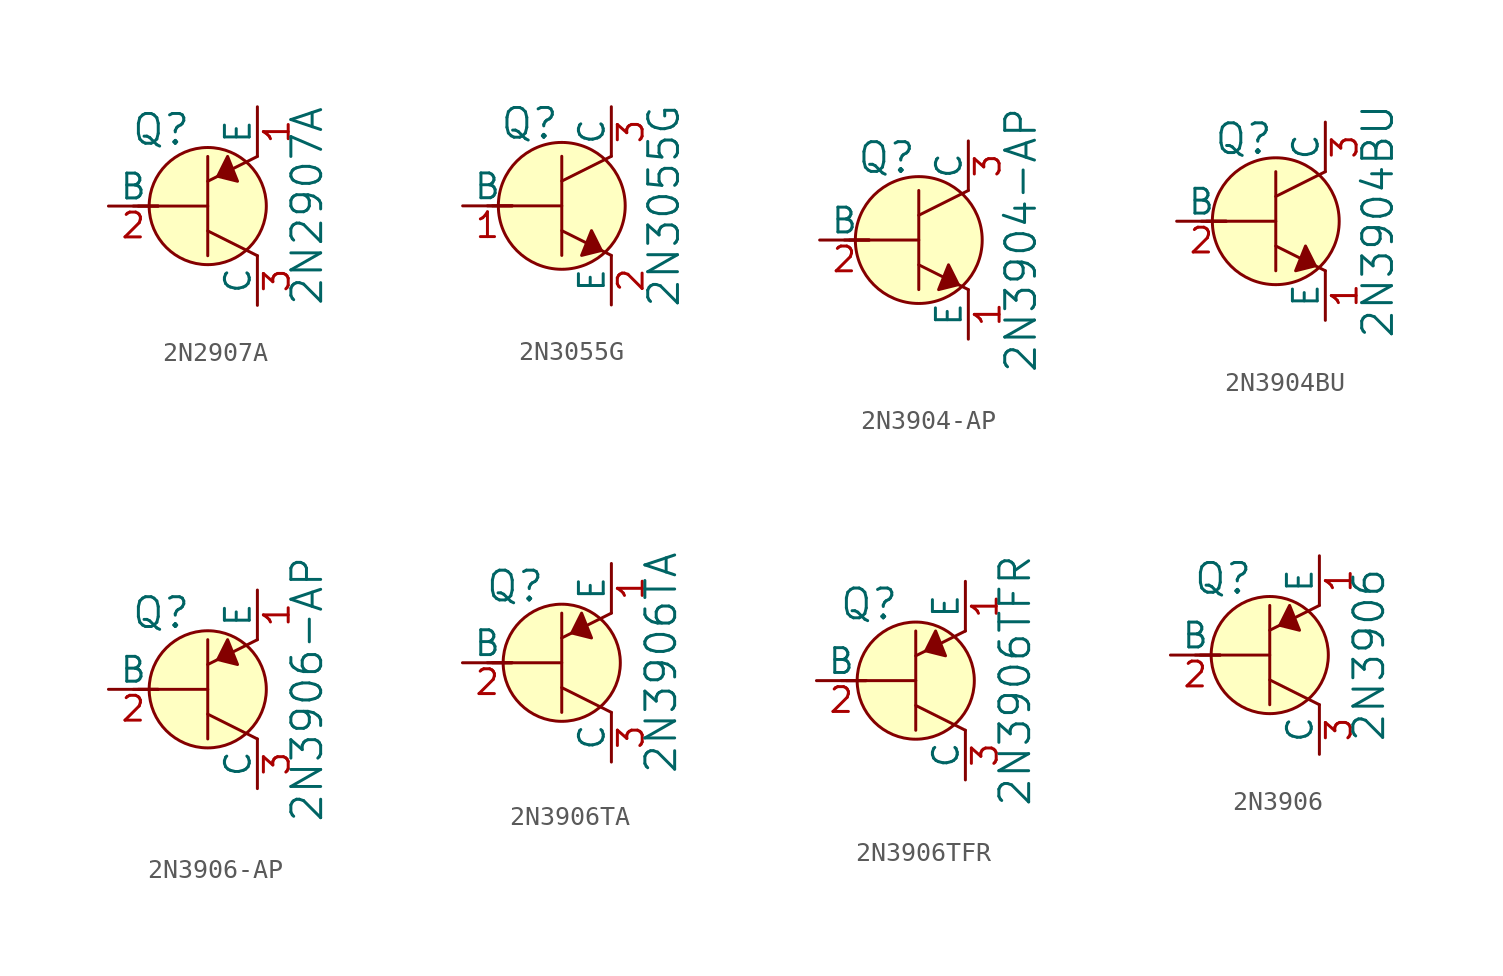
<source format=kicad_sym>
(kicad_symbol_lib
  (version 20220914)
  (generator kicad_symbol_editor)
  (symbol "2N2907A"
    (pin_names
      (offset 0))
    (property "Reference" "Q"
      (at -2.388 3.912 0)
      (effects (font (size 1.524 1.524))))
    (property "Value" "2N2907A"
      (at 5.08 0 90)
      (effects (font (size 1.524 1.524))))
    (symbol "2N2907A_0_1"
      (polyline (pts (xy -3.81 0) (xy -2.54 0)) (stroke (width 0) (type default)) (fill (type none)))
      (polyline (pts (xy -3.556 0) (xy 0 0)) (stroke (width 0) (type default)) (fill (type none)))
      (polyline (pts (xy 0 -1.27) (xy 2.54 -2.54)) (stroke (width 0) (type default)) (fill (type none)))
      (polyline (pts (xy 0 1.27) (xy 2.54 2.54)) (stroke (width 0) (type default)) (fill (type none)))
      (polyline (pts (xy 0 2.54) (xy 0 -2.54)) (stroke (width 0) (type default)) (fill (type none)))
      (polyline (pts (xy 1.016 2.54) (xy 0.508 1.524) (xy 1.524 1.27) (xy 1.016 2.54)) (stroke (width 0) (type default)) (fill (type outline)))
      (circle (center 0 0) (radius 2.997) (stroke (width 0) (type default)) (fill (type background))))
    (symbol "2N2907A_1_1"
      (pin passive line (at 2.54 5.08 270) (length 2.54) (name "E" (effects (font (size 1.27 1.27)))) (number "1" (effects (font (size 1.27 1.27)))))
      (pin input line (at -5.08 0 0) (length 2.54) (name "B" (effects (font (size 1.27 1.27)))) (number "2" (effects (font (size 1.27 1.27)))))
      (pin passive line (at 2.54 -5.08 90) (length 2.54) (name "C" (effects (font (size 1.27 1.27)))) (number "3" (effects (font (size 1.27 1.27)))))))
  (symbol "2N3055G"
    (pin_names
      (offset 0))
    (property "Reference" "Q"
      (at -3.2 4.216 0)
      (effects (font (size 1.524 1.524)) (justify left)))
    (property "Value" "2N3055G"
      (at 5.232 0 90)
      (effects (font (size 1.524 1.524))))
    (symbol "2N3055G_0_1"
      (polyline (pts (xy -3.81 0) (xy -2.54 0)) (stroke (width 0) (type default)) (fill (type none)))
      (polyline (pts (xy -3.556 0) (xy 0 0)) (stroke (width 0) (type default)) (fill (type none)))
      (polyline (pts (xy 0 -1.27) (xy 2.54 -2.54)) (stroke (width 0) (type default)) (fill (type none)))
      (polyline (pts (xy 0 1.27) (xy 2.54 2.54)) (stroke (width 0) (type default)) (fill (type none)))
      (polyline (pts (xy 0 2.54) (xy 0 -2.54)) (stroke (width 0) (type default)) (fill (type none)))
      (polyline (pts (xy 1.524 -1.27) (xy 2.032 -2.286) (xy 1.016 -2.54) (xy 1.524 -1.27)) (stroke (width 0) (type default)) (fill (type outline)))
      (circle (center 0 0) (radius 3.251) (stroke (width 0) (type default)) (fill (type background))))
    (symbol "2N3055G_1_1"
      (pin input line (at -5.08 0 0) (length 2.54) (name "B" (effects (font (size 1.27 1.27)))) (number "1" (effects (font (size 1.27 1.27)))))
      (pin passive line (at 2.54 -5.08 90) (length 2.54) (name "E" (effects (font (size 1.27 1.27)))) (number "2" (effects (font (size 1.27 1.27)))))
      (pin passive line (at 2.54 5.08 270) (length 2.54) (name "C" (effects (font (size 1.27 1.27)))) (number "3" (effects (font (size 1.27 1.27)))))))
  (symbol "2N3904-AP"
    (pin_names
      (offset 0))
    (property "Reference" "Q"
      (at -3.2 4.216 0)
      (effects (font (size 1.524 1.524)) (justify left)))
    (property "Value" "2N3904-AP"
      (at 5.232 0 90)
      (effects (font (size 1.524 1.524))))
    (symbol "2N3904-AP_0_1"
      (polyline (pts (xy -3.81 0) (xy -2.54 0)) (stroke (width 0) (type default)) (fill (type none)))
      (polyline (pts (xy -3.556 0) (xy 0 0)) (stroke (width 0) (type default)) (fill (type none)))
      (polyline (pts (xy 0 -1.27) (xy 2.54 -2.54)) (stroke (width 0) (type default)) (fill (type none)))
      (polyline (pts (xy 0 1.27) (xy 2.54 2.54)) (stroke (width 0) (type default)) (fill (type none)))
      (polyline (pts (xy 0 2.54) (xy 0 -2.54)) (stroke (width 0) (type default)) (fill (type none)))
      (polyline (pts (xy 1.524 -1.27) (xy 2.032 -2.286) (xy 1.016 -2.54) (xy 1.524 -1.27)) (stroke (width 0) (type default)) (fill (type outline)))
      (circle (center 0 0) (radius 3.251) (stroke (width 0) (type default)) (fill (type background))))
    (symbol "2N3904-AP_1_1"
      (pin passive line (at 2.54 -5.08 90) (length 2.54) (name "E" (effects (font (size 1.27 1.27)))) (number "1" (effects (font (size 1.27 1.27)))))
      (pin input line (at -5.08 0 0) (length 2.54) (name "B" (effects (font (size 1.27 1.27)))) (number "2" (effects (font (size 1.27 1.27)))))
      (pin passive line (at 2.54 5.08 270) (length 2.54) (name "C" (effects (font (size 1.27 1.27)))) (number "3" (effects (font (size 1.27 1.27)))))))
  (symbol "2N3904BU"
    (pin_names
      (offset 0))
    (property "Reference" "Q"
      (at -3.2 4.216 0)
      (effects (font (size 1.524 1.524)) (justify left)))
    (property "Value" "2N3904BU"
      (at 5.232 0 90)
      (effects (font (size 1.524 1.524))))
    (symbol "2N3904BU_0_1"
      (polyline (pts (xy -3.81 0) (xy -2.54 0)) (stroke (width 0) (type default)) (fill (type none)))
      (polyline (pts (xy -3.556 0) (xy 0 0)) (stroke (width 0) (type default)) (fill (type none)))
      (polyline (pts (xy 0 -1.27) (xy 2.54 -2.54)) (stroke (width 0) (type default)) (fill (type none)))
      (polyline (pts (xy 0 1.27) (xy 2.54 2.54)) (stroke (width 0) (type default)) (fill (type none)))
      (polyline (pts (xy 0 2.54) (xy 0 -2.54)) (stroke (width 0) (type default)) (fill (type none)))
      (polyline (pts (xy 1.524 -1.27) (xy 2.032 -2.286) (xy 1.016 -2.54) (xy 1.524 -1.27)) (stroke (width 0) (type default)) (fill (type outline)))
      (circle (center 0 0) (radius 3.251) (stroke (width 0) (type default)) (fill (type background))))
    (symbol "2N3904BU_1_1"
      (pin passive line (at 2.54 -5.08 90) (length 2.54) (name "E" (effects (font (size 1.27 1.27)))) (number "1" (effects (font (size 1.27 1.27)))))
      (pin input line (at -5.08 0 0) (length 2.54) (name "B" (effects (font (size 1.27 1.27)))) (number "2" (effects (font (size 1.27 1.27)))))
      (pin passive line (at 2.54 5.08 270) (length 2.54) (name "C" (effects (font (size 1.27 1.27)))) (number "3" (effects (font (size 1.27 1.27)))))))
  (symbol "2N3906-AP"
    (pin_names
      (offset 0))
    (property "Reference" "Q"
      (at -2.388 3.912 0)
      (effects (font (size 1.524 1.524))))
    (property "Value" "2N3906-AP"
      (at 5.08 0 90)
      (effects (font (size 1.524 1.524))))
    (symbol "2N3906-AP_0_1"
      (polyline (pts (xy -3.81 0) (xy -2.54 0)) (stroke (width 0) (type default)) (fill (type none)))
      (polyline (pts (xy -3.556 0) (xy 0 0)) (stroke (width 0) (type default)) (fill (type none)))
      (polyline (pts (xy 0 -1.27) (xy 2.54 -2.54)) (stroke (width 0) (type default)) (fill (type none)))
      (polyline (pts (xy 0 1.27) (xy 2.54 2.54)) (stroke (width 0) (type default)) (fill (type none)))
      (polyline (pts (xy 0 2.54) (xy 0 -2.54)) (stroke (width 0) (type default)) (fill (type none)))
      (polyline (pts (xy 1.016 2.54) (xy 0.508 1.524) (xy 1.524 1.27) (xy 1.016 2.54)) (stroke (width 0) (type default)) (fill (type outline)))
      (circle (center 0 0) (radius 2.997) (stroke (width 0) (type default)) (fill (type background))))
    (symbol "2N3906-AP_1_1"
      (pin passive line (at 2.54 5.08 270) (length 2.54) (name "E" (effects (font (size 1.27 1.27)))) (number "1" (effects (font (size 1.27 1.27)))))
      (pin input line (at -5.08 0 0) (length 2.54) (name "B" (effects (font (size 1.27 1.27)))) (number "2" (effects (font (size 1.27 1.27)))))
      (pin passive line (at 2.54 -5.08 90) (length 2.54) (name "C" (effects (font (size 1.27 1.27)))) (number "3" (effects (font (size 1.27 1.27)))))))
  (symbol "2N3906TA"
    (pin_names
      (offset 0))
    (property "Reference" "Q"
      (at -2.388 3.912 0)
      (effects (font (size 1.524 1.524))))
    (property "Value" "2N3906TA"
      (at 5.08 0 90)
      (effects (font (size 1.524 1.524))))
    (symbol "2N3906TA_0_1"
      (polyline (pts (xy -3.81 0) (xy -2.54 0)) (stroke (width 0) (type default)) (fill (type none)))
      (polyline (pts (xy -3.556 0) (xy 0 0)) (stroke (width 0) (type default)) (fill (type none)))
      (polyline (pts (xy 0 -1.27) (xy 2.54 -2.54)) (stroke (width 0) (type default)) (fill (type none)))
      (polyline (pts (xy 0 1.27) (xy 2.54 2.54)) (stroke (width 0) (type default)) (fill (type none)))
      (polyline (pts (xy 0 2.54) (xy 0 -2.54)) (stroke (width 0) (type default)) (fill (type none)))
      (polyline (pts (xy 1.016 2.54) (xy 0.508 1.524) (xy 1.524 1.27) (xy 1.016 2.54)) (stroke (width 0) (type default)) (fill (type outline)))
      (circle (center 0 0) (radius 2.997) (stroke (width 0) (type default)) (fill (type background))))
    (symbol "2N3906TA_1_1"
      (pin passive line (at 2.54 5.08 270) (length 2.54) (name "E" (effects (font (size 1.27 1.27)))) (number "1" (effects (font (size 1.27 1.27)))))
      (pin input line (at -5.08 0 0) (length 2.54) (name "B" (effects (font (size 1.27 1.27)))) (number "2" (effects (font (size 1.27 1.27)))))
      (pin passive line (at 2.54 -5.08 90) (length 2.54) (name "C" (effects (font (size 1.27 1.27)))) (number "3" (effects (font (size 1.27 1.27)))))))
  (symbol "2N3906TFR"
    (pin_names
      (offset 0))
    (property "Reference" "Q"
      (at -2.388 3.912 0)
      (effects (font (size 1.524 1.524))))
    (property "Value" "2N3906TFR"
      (at 5.08 0 90)
      (effects (font (size 1.524 1.524))))
    (symbol "2N3906TFR_0_1"
      (polyline (pts (xy -3.81 0) (xy -2.54 0)) (stroke (width 0) (type default)) (fill (type none)))
      (polyline (pts (xy -3.556 0) (xy 0 0)) (stroke (width 0) (type default)) (fill (type none)))
      (polyline (pts (xy 0 -1.27) (xy 2.54 -2.54)) (stroke (width 0) (type default)) (fill (type none)))
      (polyline (pts (xy 0 1.27) (xy 2.54 2.54)) (stroke (width 0) (type default)) (fill (type none)))
      (polyline (pts (xy 0 2.54) (xy 0 -2.54)) (stroke (width 0) (type default)) (fill (type none)))
      (polyline (pts (xy 1.016 2.54) (xy 0.508 1.524) (xy 1.524 1.27) (xy 1.016 2.54)) (stroke (width 0) (type default)) (fill (type outline)))
      (circle (center 0 0) (radius 2.997) (stroke (width 0) (type default)) (fill (type background))))
    (symbol "2N3906TFR_1_1"
      (pin passive line (at 2.54 5.08 270) (length 2.54) (name "E" (effects (font (size 1.27 1.27)))) (number "1" (effects (font (size 1.27 1.27)))))
      (pin input line (at -5.08 0 0) (length 2.54) (name "B" (effects (font (size 1.27 1.27)))) (number "2" (effects (font (size 1.27 1.27)))))
      (pin passive line (at 2.54 -5.08 90) (length 2.54) (name "C" (effects (font (size 1.27 1.27)))) (number "3" (effects (font (size 1.27 1.27)))))))
  (symbol "2N3906"
    (pin_names
      (offset 0))
    (property "Reference" "Q"
      (at -2.388 3.912 0)
      (effects (font (size 1.524 1.524))))
    (property "Value" "2N3906"
      (at 5.08 0 90)
      (effects (font (size 1.524 1.524))))
    (symbol "2N3906_0_1"
      (polyline (pts (xy -3.81 0) (xy -2.54 0)) (stroke (width 0) (type default)) (fill (type none)))
      (polyline (pts (xy -3.556 0) (xy 0 0)) (stroke (width 0) (type default)) (fill (type none)))
      (polyline (pts (xy 0 -1.27) (xy 2.54 -2.54)) (stroke (width 0) (type default)) (fill (type none)))
      (polyline (pts (xy 0 1.27) (xy 2.54 2.54)) (stroke (width 0) (type default)) (fill (type none)))
      (polyline (pts (xy 0 2.54) (xy 0 -2.54)) (stroke (width 0) (type default)) (fill (type none)))
      (polyline (pts (xy 1.016 2.54) (xy 0.508 1.524) (xy 1.524 1.27) (xy 1.016 2.54)) (stroke (width 0) (type default)) (fill (type outline)))
      (circle (center 0 0) (radius 2.997) (stroke (width 0) (type default)) (fill (type background))))
    (symbol "2N3906_1_1"
      (pin passive line (at 2.54 5.08 270) (length 2.54) (name "E" (effects (font (size 1.27 1.27)))) (number "1" (effects (font (size 1.27 1.27)))))
      (pin input line (at -5.08 0 0) (length 2.54) (name "B" (effects (font (size 1.27 1.27)))) (number "2" (effects (font (size 1.27 1.27)))))
      (pin passive line (at 2.54 -5.08 90) (length 2.54) (name "C" (effects (font (size 1.27 1.27)))) (number "3" (effects (font (size 1.27 1.27))))))))
</source>
